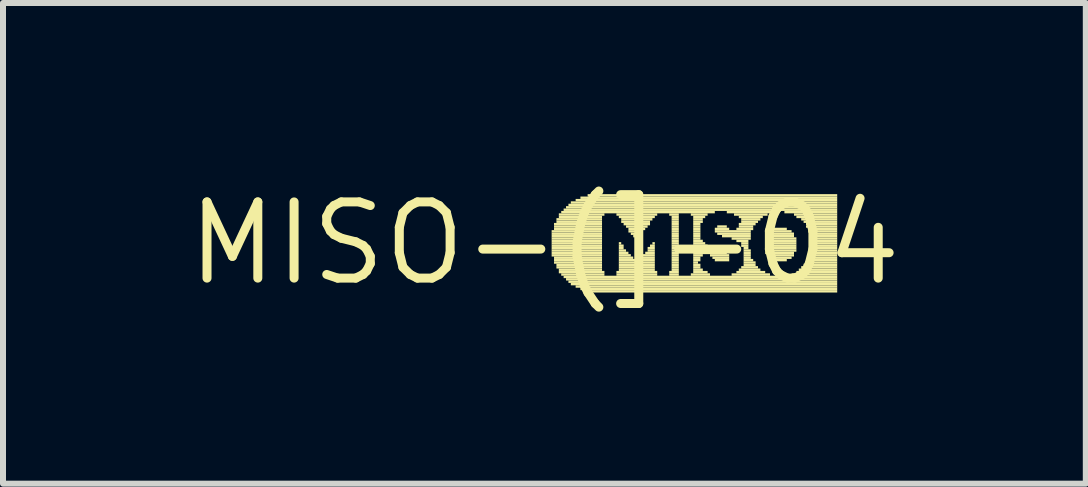
<source format=kicad_pcb>
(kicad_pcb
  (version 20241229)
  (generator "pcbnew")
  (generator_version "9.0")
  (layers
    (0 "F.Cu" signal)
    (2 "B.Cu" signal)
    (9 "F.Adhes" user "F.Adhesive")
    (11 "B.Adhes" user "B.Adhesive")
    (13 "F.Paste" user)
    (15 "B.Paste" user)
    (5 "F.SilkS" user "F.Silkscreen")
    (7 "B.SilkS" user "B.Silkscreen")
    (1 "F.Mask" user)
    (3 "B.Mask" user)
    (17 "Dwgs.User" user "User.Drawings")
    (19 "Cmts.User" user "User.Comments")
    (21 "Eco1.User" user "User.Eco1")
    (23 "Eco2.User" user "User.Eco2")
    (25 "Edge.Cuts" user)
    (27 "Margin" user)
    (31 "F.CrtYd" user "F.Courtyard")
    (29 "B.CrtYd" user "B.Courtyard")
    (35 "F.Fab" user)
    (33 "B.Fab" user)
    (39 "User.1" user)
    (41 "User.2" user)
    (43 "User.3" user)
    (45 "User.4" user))
  (footprint "MISO-(]-04"
    (layer "F.Cu")
    (at 6.025 1.006)
    (property "Reference" "MISO-(]-04" (at 0 0 0) (layer "F.SilkS") (effects (font (size 1.27 1.27) (thickness 0.15))))
    (fp_poly (pts (xy 0.12 -0.18) (xy 0.96 -0.18) (xy 0.96 -0.22) (xy 0.12 -0.22)) (stroke (width 0) (type default)) (fill yes) (layer "F.SilkS"))
    (fp_poly (pts (xy 0.12 -0.14) (xy 0.96 -0.14) (xy 0.96 -0.18) (xy 0.12 -0.18)) (stroke (width 0) (type default)) (fill yes) (layer "F.SilkS"))
    (fp_poly (pts (xy 0.12 -0.1) (xy 0.96 -0.1) (xy 0.96 -0.14) (xy 0.12 -0.14)) (stroke (width 0) (type default)) (fill yes) (layer "F.SilkS"))
    (fp_poly (pts (xy 0.12 -0.06) (xy 0.96 -0.06) (xy 0.96 -0.1) (xy 0.12 -0.1)) (stroke (width 0) (type default)) (fill yes) (layer "F.SilkS"))
    (fp_poly (pts (xy 0.12 -0.02) (xy 0.96 -0.02) (xy 0.96 -0.06) (xy 0.12 -0.06)) (stroke (width 0) (type default)) (fill yes) (layer "F.SilkS"))
    (fp_poly (pts (xy 0.12 0.02) (xy 0.96 0.02) (xy 0.96 -0.02) (xy 0.12 -0.02)) (stroke (width 0) (type default)) (fill yes) (layer "F.SilkS"))
    (fp_poly (pts (xy 0.12 0.06) (xy 0.96 0.06) (xy 0.96 0.02) (xy 0.12 0.02)) (stroke (width 0) (type default)) (fill yes) (layer "F.SilkS"))
    (fp_poly (pts (xy 0.12 0.1) (xy 0.96 0.1) (xy 0.96 0.06) (xy 0.12 0.06)) (stroke (width 0) (type default)) (fill yes) (layer "F.SilkS"))
    (fp_poly (pts (xy 0.12 0.14) (xy 0.96 0.14) (xy 0.96 0.1) (xy 0.12 0.1)) (stroke (width 0) (type default)) (fill yes) (layer "F.SilkS"))
    (fp_poly (pts (xy 0.12 0.18) (xy 0.96 0.18) (xy 0.96 0.14) (xy 0.12 0.14)) (stroke (width 0) (type default)) (fill yes) (layer "F.SilkS"))
    (fp_poly (pts (xy 0.12 0.22) (xy 0.96 0.22) (xy 0.96 0.18) (xy 0.12 0.18)) (stroke (width 0) (type default)) (fill yes) (layer "F.SilkS"))
    (fp_poly (pts (xy 0.16 -0.3) (xy 0.96 -0.3) (xy 0.96 -0.34) (xy 0.16 -0.34)) (stroke (width 0) (type default)) (fill yes) (layer "F.SilkS"))
    (fp_poly (pts (xy 0.16 -0.26) (xy 0.96 -0.26) (xy 0.96 -0.3) (xy 0.16 -0.3)) (stroke (width 0) (type default)) (fill yes) (layer "F.SilkS"))
    (fp_poly (pts (xy 0.16 -0.22) (xy 0.96 -0.22) (xy 0.96 -0.26) (xy 0.16 -0.26)) (stroke (width 0) (type default)) (fill yes) (layer "F.SilkS"))
    (fp_poly (pts (xy 0.16 0.26) (xy 0.96 0.26) (xy 0.96 0.22) (xy 0.16 0.22)) (stroke (width 0) (type default)) (fill yes) (layer "F.SilkS"))
    (fp_poly (pts (xy 0.16 0.3) (xy 0.96 0.3) (xy 0.96 0.26) (xy 0.16 0.26)) (stroke (width 0) (type default)) (fill yes) (layer "F.SilkS"))
    (fp_poly (pts (xy 0.16 0.34) (xy 0.96 0.34) (xy 0.96 0.3) (xy 0.16 0.3)) (stroke (width 0) (type default)) (fill yes) (layer "F.SilkS"))
    (fp_poly (pts (xy 0.2 -0.38) (xy 0.96 -0.38) (xy 0.96 -0.42) (xy 0.2 -0.42)) (stroke (width 0) (type default)) (fill yes) (layer "F.SilkS"))
    (fp_poly (pts (xy 0.2 -0.34) (xy 0.96 -0.34) (xy 0.96 -0.38) (xy 0.2 -0.38)) (stroke (width 0) (type default)) (fill yes) (layer "F.SilkS"))
    (fp_poly (pts (xy 0.2 0.38) (xy 0.96 0.38) (xy 0.96 0.34) (xy 0.2 0.34)) (stroke (width 0) (type default)) (fill yes) (layer "F.SilkS"))
    (fp_poly (pts (xy 0.2 0.42) (xy 0.96 0.42) (xy 0.96 0.38) (xy 0.2 0.38)) (stroke (width 0) (type default)) (fill yes) (layer "F.SilkS"))
    (fp_poly (pts (xy 0.24 -0.46) (xy 1 -0.46) (xy 1 -0.5) (xy 0.24 -0.5)) (stroke (width 0) (type default)) (fill yes) (layer "F.SilkS"))
    (fp_poly (pts (xy 0.24 -0.42) (xy 0.96 -0.42) (xy 0.96 -0.46) (xy 0.24 -0.46)) (stroke (width 0) (type default)) (fill yes) (layer "F.SilkS"))
    (fp_poly (pts (xy 0.24 0.46) (xy 0.96 0.46) (xy 0.96 0.42) (xy 0.24 0.42)) (stroke (width 0) (type default)) (fill yes) (layer "F.SilkS"))
    (fp_poly (pts (xy 0.24 0.5) (xy 1 0.5) (xy 1 0.46) (xy 0.24 0.46)) (stroke (width 0) (type default)) (fill yes) (layer "F.SilkS"))
    (fp_poly (pts (xy 0.28 -0.5) (xy 2.84 -0.5) (xy 2.84 -0.54) (xy 0.28 -0.54)) (stroke (width 0) (type default)) (fill yes) (layer "F.SilkS"))
    (fp_poly (pts (xy 0.28 0.54) (xy 1 0.54) (xy 1 0.5) (xy 0.28 0.5)) (stroke (width 0) (type default)) (fill yes) (layer "F.SilkS"))
    (fp_poly (pts (xy 0.32 -0.54) (xy 4.88 -0.54) (xy 4.88 -0.58) (xy 0.32 -0.58)) (stroke (width 0) (type default)) (fill yes) (layer "F.SilkS"))
    (fp_poly (pts (xy 0.32 0.58) (xy 4.88 0.58) (xy 4.88 0.54) (xy 0.32 0.54)) (stroke (width 0) (type default)) (fill yes) (layer "F.SilkS"))
    (fp_poly (pts (xy 0.36 -0.58) (xy 4.88 -0.58) (xy 4.88 -0.62) (xy 0.36 -0.62)) (stroke (width 0) (type default)) (fill yes) (layer "F.SilkS"))
    (fp_poly (pts (xy 0.36 0.62) (xy 4.88 0.62) (xy 4.88 0.58) (xy 0.36 0.58)) (stroke (width 0) (type default)) (fill yes) (layer "F.SilkS"))
    (fp_poly (pts (xy 0.4 -0.62) (xy 4.88 -0.62) (xy 4.88 -0.66) (xy 0.4 -0.66)) (stroke (width 0) (type default)) (fill yes) (layer "F.SilkS"))
    (fp_poly (pts (xy 0.4 0.66) (xy 4.88 0.66) (xy 4.88 0.62) (xy 0.4 0.62)) (stroke (width 0) (type default)) (fill yes) (layer "F.SilkS"))
    (fp_poly (pts (xy 0.44 -0.66) (xy 4.88 -0.66) (xy 4.88 -0.7) (xy 0.44 -0.7)) (stroke (width 0) (type default)) (fill yes) (layer "F.SilkS"))
    (fp_poly (pts (xy 0.44 0.7) (xy 4.88 0.7) (xy 4.88 0.66) (xy 0.44 0.66)) (stroke (width 0) (type default)) (fill yes) (layer "F.SilkS"))
    (fp_poly (pts (xy 0.52 -0.7) (xy 4.88 -0.7) (xy 4.88 -0.74) (xy 0.52 -0.74)) (stroke (width 0) (type default)) (fill yes) (layer "F.SilkS"))
    (fp_poly (pts (xy 0.52 0.74) (xy 4.88 0.74) (xy 4.88 0.7) (xy 0.52 0.7)) (stroke (width 0) (type default)) (fill yes) (layer "F.SilkS"))
    (fp_poly (pts (xy 0.6 -0.74) (xy 4.88 -0.74) (xy 4.88 -0.78) (xy 0.6 -0.78)) (stroke (width 0) (type default)) (fill yes) (layer "F.SilkS"))
    (fp_poly (pts (xy 0.6 0.78) (xy 4.88 0.78) (xy 4.88 0.74) (xy 0.6 0.74)) (stroke (width 0) (type default)) (fill yes) (layer "F.SilkS"))
    (fp_poly (pts (xy 0.72 -0.78) (xy 4.88 -0.78) (xy 4.88 -0.82) (xy 0.72 -0.82)) (stroke (width 0) (type default)) (fill yes) (layer "F.SilkS"))
    (fp_poly (pts (xy 0.72 0.82) (xy 4.88 0.82) (xy 4.88 0.78) (xy 0.72 0.78)) (stroke (width 0) (type default)) (fill yes) (layer "F.SilkS"))
    (fp_poly (pts (xy 1.2 -0.46) (xy 1.88 -0.46) (xy 1.88 -0.5) (xy 1.2 -0.5)) (stroke (width 0) (type default)) (fill yes) (layer "F.SilkS"))
    (fp_poly (pts (xy 1.2 0.5) (xy 1.88 0.5) (xy 1.88 0.46) (xy 1.2 0.46)) (stroke (width 0) (type default)) (fill yes) (layer "F.SilkS"))
    (fp_poly (pts (xy 1.2 0.54) (xy 1.88 0.54) (xy 1.88 0.5) (xy 1.2 0.5)) (stroke (width 0) (type default)) (fill yes) (layer "F.SilkS"))
    (fp_poly (pts (xy 1.24 -0.42) (xy 1.84 -0.42) (xy 1.84 -0.46) (xy 1.24 -0.46)) (stroke (width 0) (type default)) (fill yes) (layer "F.SilkS"))
    (fp_poly (pts (xy 1.24 0.02) (xy 1.28 0.02) (xy 1.28 -0.02) (xy 1.24 -0.02)) (stroke (width 0) (type default)) (fill yes) (layer "F.SilkS"))
    (fp_poly (pts (xy 1.24 0.06) (xy 1.32 0.06) (xy 1.32 0.02) (xy 1.24 0.02)) (stroke (width 0) (type default)) (fill yes) (layer "F.SilkS"))
    (fp_poly (pts (xy 1.24 0.1) (xy 1.32 0.1) (xy 1.32 0.06) (xy 1.24 0.06)) (stroke (width 0) (type default)) (fill yes) (layer "F.SilkS"))
    (fp_poly (pts (xy 1.24 0.14) (xy 1.36 0.14) (xy 1.36 0.1) (xy 1.24 0.1)) (stroke (width 0) (type default)) (fill yes) (layer "F.SilkS"))
    (fp_poly (pts (xy 1.24 0.18) (xy 1.4 0.18) (xy 1.4 0.14) (xy 1.24 0.14)) (stroke (width 0) (type default)) (fill yes) (layer "F.SilkS"))
    (fp_poly (pts (xy 1.24 0.22) (xy 1.44 0.22) (xy 1.44 0.18) (xy 1.24 0.18)) (stroke (width 0) (type default)) (fill yes) (layer "F.SilkS"))
    (fp_poly (pts (xy 1.24 0.26) (xy 1.48 0.26) (xy 1.48 0.22) (xy 1.24 0.22)) (stroke (width 0) (type default)) (fill yes) (layer "F.SilkS"))
    (fp_poly (pts (xy 1.24 0.3) (xy 1.84 0.3) (xy 1.84 0.26) (xy 1.24 0.26)) (stroke (width 0) (type default)) (fill yes) (layer "F.SilkS"))
    (fp_poly (pts (xy 1.24 0.34) (xy 1.84 0.34) (xy 1.84 0.3) (xy 1.24 0.3)) (stroke (width 0) (type default)) (fill yes) (layer "F.SilkS"))
    (fp_poly (pts (xy 1.24 0.38) (xy 1.84 0.38) (xy 1.84 0.34) (xy 1.24 0.34)) (stroke (width 0) (type default)) (fill yes) (layer "F.SilkS"))
    (fp_poly (pts (xy 1.24 0.42) (xy 1.84 0.42) (xy 1.84 0.38) (xy 1.24 0.38)) (stroke (width 0) (type default)) (fill yes) (layer "F.SilkS"))
    (fp_poly (pts (xy 1.24 0.46) (xy 1.84 0.46) (xy 1.84 0.42) (xy 1.24 0.42)) (stroke (width 0) (type default)) (fill yes) (layer "F.SilkS"))
    (fp_poly (pts (xy 1.28 -0.38) (xy 1.8 -0.38) (xy 1.8 -0.42) (xy 1.28 -0.42)) (stroke (width 0) (type default)) (fill yes) (layer "F.SilkS"))
    (fp_poly (pts (xy 1.28 -0.34) (xy 1.76 -0.34) (xy 1.76 -0.38) (xy 1.28 -0.38)) (stroke (width 0) (type default)) (fill yes) (layer "F.SilkS"))
    (fp_poly (pts (xy 1.32 -0.3) (xy 1.76 -0.3) (xy 1.76 -0.34) (xy 1.32 -0.34)) (stroke (width 0) (type default)) (fill yes) (layer "F.SilkS"))
    (fp_poly (pts (xy 1.36 -0.26) (xy 1.72 -0.26) (xy 1.72 -0.3) (xy 1.36 -0.3)) (stroke (width 0) (type default)) (fill yes) (layer "F.SilkS"))
    (fp_poly (pts (xy 1.4 -0.22) (xy 1.68 -0.22) (xy 1.68 -0.26) (xy 1.4 -0.26)) (stroke (width 0) (type default)) (fill yes) (layer "F.SilkS"))
    (fp_poly (pts (xy 1.4 -0.18) (xy 1.64 -0.18) (xy 1.64 -0.22) (xy 1.4 -0.22)) (stroke (width 0) (type default)) (fill yes) (layer "F.SilkS"))
    (fp_poly (pts (xy 1.44 -0.14) (xy 1.64 -0.14) (xy 1.64 -0.18) (xy 1.44 -0.18)) (stroke (width 0) (type default)) (fill yes) (layer "F.SilkS"))
    (fp_poly (pts (xy 1.48 -0.1) (xy 1.6 -0.1) (xy 1.6 -0.14) (xy 1.48 -0.14)) (stroke (width 0) (type default)) (fill yes) (layer "F.SilkS"))
    (fp_poly (pts (xy 1.52 -0.06) (xy 1.56 -0.06) (xy 1.56 -0.1) (xy 1.52 -0.1)) (stroke (width 0) (type default)) (fill yes) (layer "F.SilkS"))
    (fp_poly (pts (xy 1.6 0.26) (xy 1.84 0.26) (xy 1.84 0.22) (xy 1.6 0.22)) (stroke (width 0) (type default)) (fill yes) (layer "F.SilkS"))
    (fp_poly (pts (xy 1.64 0.22) (xy 1.84 0.22) (xy 1.84 0.18) (xy 1.64 0.18)) (stroke (width 0) (type default)) (fill yes) (layer "F.SilkS"))
    (fp_poly (pts (xy 1.68 0.18) (xy 1.84 0.18) (xy 1.84 0.14) (xy 1.68 0.14)) (stroke (width 0) (type default)) (fill yes) (layer "F.SilkS"))
    (fp_poly (pts (xy 1.72 0.1) (xy 1.84 0.1) (xy 1.84 0.06) (xy 1.72 0.06)) (stroke (width 0) (type default)) (fill yes) (layer "F.SilkS"))
    (fp_poly (pts (xy 1.72 0.14) (xy 1.84 0.14) (xy 1.84 0.1) (xy 1.72 0.1)) (stroke (width 0) (type default)) (fill yes) (layer "F.SilkS"))
    (fp_poly (pts (xy 1.76 0.06) (xy 1.84 0.06) (xy 1.84 0.02) (xy 1.76 0.02)) (stroke (width 0) (type default)) (fill yes) (layer "F.SilkS"))
    (fp_poly (pts (xy 1.8 0.02) (xy 1.84 0.02) (xy 1.84 -0.02) (xy 1.8 -0.02)) (stroke (width 0) (type default)) (fill yes) (layer "F.SilkS"))
    (fp_poly (pts (xy 2.08 -0.46) (xy 2.24 -0.46) (xy 2.24 -0.5) (xy 2.08 -0.5)) (stroke (width 0) (type default)) (fill yes) (layer "F.SilkS"))
    (fp_poly (pts (xy 2.08 0.5) (xy 2.24 0.5) (xy 2.24 0.46) (xy 2.08 0.46)) (stroke (width 0) (type default)) (fill yes) (layer "F.SilkS"))
    (fp_poly (pts (xy 2.08 0.54) (xy 2.24 0.54) (xy 2.24 0.5) (xy 2.08 0.5)) (stroke (width 0) (type default)) (fill yes) (layer "F.SilkS"))
    (fp_poly (pts (xy 2.12 -0.42) (xy 2.24 -0.42) (xy 2.24 -0.46) (xy 2.12 -0.46)) (stroke (width 0) (type default)) (fill yes) (layer "F.SilkS"))
    (fp_poly (pts (xy 2.12 -0.38) (xy 2.24 -0.38) (xy 2.24 -0.42) (xy 2.12 -0.42)) (stroke (width 0) (type default)) (fill yes) (layer "F.SilkS"))
    (fp_poly (pts (xy 2.12 -0.34) (xy 2.24 -0.34) (xy 2.24 -0.38) (xy 2.12 -0.38)) (stroke (width 0) (type default)) (fill yes) (layer "F.SilkS"))
    (fp_poly (pts (xy 2.12 -0.3) (xy 2.24 -0.3) (xy 2.24 -0.34) (xy 2.12 -0.34)) (stroke (width 0) (type default)) (fill yes) (layer "F.SilkS"))
    (fp_poly (pts (xy 2.12 -0.26) (xy 2.24 -0.26) (xy 2.24 -0.3) (xy 2.12 -0.3)) (stroke (width 0) (type default)) (fill yes) (layer "F.SilkS"))
    (fp_poly (pts (xy 2.12 -0.22) (xy 2.24 -0.22) (xy 2.24 -0.26) (xy 2.12 -0.26)) (stroke (width 0) (type default)) (fill yes) (layer "F.SilkS"))
    (fp_poly (pts (xy 2.12 -0.18) (xy 2.24 -0.18) (xy 2.24 -0.22) (xy 2.12 -0.22)) (stroke (width 0) (type default)) (fill yes) (layer "F.SilkS"))
    (fp_poly (pts (xy 2.12 -0.14) (xy 2.24 -0.14) (xy 2.24 -0.18) (xy 2.12 -0.18)) (stroke (width 0) (type default)) (fill yes) (layer "F.SilkS"))
    (fp_poly (pts (xy 2.12 -0.1) (xy 2.24 -0.1) (xy 2.24 -0.14) (xy 2.12 -0.14)) (stroke (width 0) (type default)) (fill yes) (layer "F.SilkS"))
    (fp_poly (pts (xy 2.12 -0.06) (xy 2.24 -0.06) (xy 2.24 -0.1) (xy 2.12 -0.1)) (stroke (width 0) (type default)) (fill yes) (layer "F.SilkS"))
    (fp_poly (pts (xy 2.12 -0.02) (xy 2.24 -0.02) (xy 2.24 -0.06) (xy 2.12 -0.06)) (stroke (width 0) (type default)) (fill yes) (layer "F.SilkS"))
    (fp_poly (pts (xy 2.12 0.02) (xy 2.24 0.02) (xy 2.24 -0.02) (xy 2.12 -0.02)) (stroke (width 0) (type default)) (fill yes) (layer "F.SilkS"))
    (fp_poly (pts (xy 2.12 0.06) (xy 2.24 0.06) (xy 2.24 0.02) (xy 2.12 0.02)) (stroke (width 0) (type default)) (fill yes) (layer "F.SilkS"))
    (fp_poly (pts (xy 2.12 0.1) (xy 2.24 0.1) (xy 2.24 0.06) (xy 2.12 0.06)) (stroke (width 0) (type default)) (fill yes) (layer "F.SilkS"))
    (fp_poly (pts (xy 2.12 0.14) (xy 2.24 0.14) (xy 2.24 0.1) (xy 2.12 0.1)) (stroke (width 0) (type default)) (fill yes) (layer "F.SilkS"))
    (fp_poly (pts (xy 2.12 0.18) (xy 2.24 0.18) (xy 2.24 0.14) (xy 2.12 0.14)) (stroke (width 0) (type default)) (fill yes) (layer "F.SilkS"))
    (fp_poly (pts (xy 2.12 0.22) (xy 2.24 0.22) (xy 2.24 0.18) (xy 2.12 0.18)) (stroke (width 0) (type default)) (fill yes) (layer "F.SilkS"))
    (fp_poly (pts (xy 2.12 0.26) (xy 2.24 0.26) (xy 2.24 0.22) (xy 2.12 0.22)) (stroke (width 0) (type default)) (fill yes) (layer "F.SilkS"))
    (fp_poly (pts (xy 2.12 0.3) (xy 2.24 0.3) (xy 2.24 0.26) (xy 2.12 0.26)) (stroke (width 0) (type default)) (fill yes) (layer "F.SilkS"))
    (fp_poly (pts (xy 2.12 0.34) (xy 2.24 0.34) (xy 2.24 0.3) (xy 2.12 0.3)) (stroke (width 0) (type default)) (fill yes) (layer "F.SilkS"))
    (fp_poly (pts (xy 2.12 0.38) (xy 2.24 0.38) (xy 2.24 0.34) (xy 2.12 0.34)) (stroke (width 0) (type default)) (fill yes) (layer "F.SilkS"))
    (fp_poly (pts (xy 2.12 0.42) (xy 2.24 0.42) (xy 2.24 0.38) (xy 2.12 0.38)) (stroke (width 0) (type default)) (fill yes) (layer "F.SilkS"))
    (fp_poly (pts (xy 2.12 0.46) (xy 2.24 0.46) (xy 2.24 0.42) (xy 2.12 0.42)) (stroke (width 0) (type default)) (fill yes) (layer "F.SilkS"))
    (fp_poly (pts (xy 2.44 -0.46) (xy 2.72 -0.46) (xy 2.72 -0.5) (xy 2.44 -0.5)) (stroke (width 0) (type default)) (fill yes) (layer "F.SilkS"))
    (fp_poly (pts (xy 2.44 0.54) (xy 2.76 0.54) (xy 2.76 0.5) (xy 2.44 0.5)) (stroke (width 0) (type default)) (fill yes) (layer "F.SilkS"))
    (fp_poly (pts (xy 2.48 -0.42) (xy 2.68 -0.42) (xy 2.68 -0.46) (xy 2.48 -0.46)) (stroke (width 0) (type default)) (fill yes) (layer "F.SilkS"))
    (fp_poly (pts (xy 2.48 -0.38) (xy 2.64 -0.38) (xy 2.64 -0.42) (xy 2.48 -0.42)) (stroke (width 0) (type default)) (fill yes) (layer "F.SilkS"))
    (fp_poly (pts (xy 2.48 -0.34) (xy 2.64 -0.34) (xy 2.64 -0.38) (xy 2.48 -0.38)) (stroke (width 0) (type default)) (fill yes) (layer "F.SilkS"))
    (fp_poly (pts (xy 2.48 -0.3) (xy 2.6 -0.3) (xy 2.6 -0.34) (xy 2.48 -0.34)) (stroke (width 0) (type default)) (fill yes) (layer "F.SilkS"))
    (fp_poly (pts (xy 2.48 -0.26) (xy 2.6 -0.26) (xy 2.6 -0.3) (xy 2.48 -0.3)) (stroke (width 0) (type default)) (fill yes) (layer "F.SilkS"))
    (fp_poly (pts (xy 2.48 -0.22) (xy 2.6 -0.22) (xy 2.6 -0.26) (xy 2.48 -0.26)) (stroke (width 0) (type default)) (fill yes) (layer "F.SilkS"))
    (fp_poly (pts (xy 2.48 -0.18) (xy 2.6 -0.18) (xy 2.6 -0.22) (xy 2.48 -0.22)) (stroke (width 0) (type default)) (fill yes) (layer "F.SilkS"))
    (fp_poly (pts (xy 2.48 -0.14) (xy 2.6 -0.14) (xy 2.6 -0.18) (xy 2.48 -0.18)) (stroke (width 0) (type default)) (fill yes) (layer "F.SilkS"))
    (fp_poly (pts (xy 2.48 -0.1) (xy 2.6 -0.1) (xy 2.6 -0.14) (xy 2.48 -0.14)) (stroke (width 0) (type default)) (fill yes) (layer "F.SilkS"))
    (fp_poly (pts (xy 2.48 -0.06) (xy 2.6 -0.06) (xy 2.6 -0.1) (xy 2.48 -0.1)) (stroke (width 0) (type default)) (fill yes) (layer "F.SilkS"))
    (fp_poly (pts (xy 2.48 -0.02) (xy 2.64 -0.02) (xy 2.64 -0.06) (xy 2.48 -0.06)) (stroke (width 0) (type default)) (fill yes) (layer "F.SilkS"))
    (fp_poly (pts (xy 2.48 0.02) (xy 2.68 0.02) (xy 2.68 -0.02) (xy 2.48 -0.02)) (stroke (width 0) (type default)) (fill yes) (layer "F.SilkS"))
    (fp_poly (pts (xy 2.48 0.06) (xy 2.72 0.06) (xy 2.72 0.02) (xy 2.48 0.02)) (stroke (width 0) (type default)) (fill yes) (layer "F.SilkS"))
    (fp_poly (pts (xy 2.48 0.1) (xy 2.8 0.1) (xy 2.8 0.06) (xy 2.48 0.06)) (stroke (width 0) (type default)) (fill yes) (layer "F.SilkS"))
    (fp_poly (pts (xy 2.48 0.14) (xy 2.96 0.14) (xy 2.96 0.1) (xy 2.48 0.1)) (stroke (width 0) (type default)) (fill yes) (layer "F.SilkS"))
    (fp_poly (pts (xy 2.48 0.18) (xy 3.04 0.18) (xy 3.04 0.14) (xy 2.48 0.14)) (stroke (width 0) (type default)) (fill yes) (layer "F.SilkS"))
    (fp_poly (pts (xy 2.48 0.22) (xy 2.64 0.22) (xy 2.64 0.18) (xy 2.48 0.18)) (stroke (width 0) (type default)) (fill yes) (layer "F.SilkS"))
    (fp_poly (pts (xy 2.48 0.26) (xy 2.6 0.26) (xy 2.6 0.22) (xy 2.48 0.22)) (stroke (width 0) (type default)) (fill yes) (layer "F.SilkS"))
    (fp_poly (pts (xy 2.48 0.3) (xy 2.6 0.3) (xy 2.6 0.26) (xy 2.48 0.26)) (stroke (width 0) (type default)) (fill yes) (layer "F.SilkS"))
    (fp_poly (pts (xy 2.48 0.34) (xy 2.56 0.34) (xy 2.56 0.3) (xy 2.48 0.3)) (stroke (width 0) (type default)) (fill yes) (layer "F.SilkS"))
    (fp_poly (pts (xy 2.48 0.38) (xy 2.6 0.38) (xy 2.6 0.34) (xy 2.48 0.34)) (stroke (width 0) (type default)) (fill yes) (layer "F.SilkS"))
    (fp_poly (pts (xy 2.48 0.42) (xy 2.6 0.42) (xy 2.6 0.38) (xy 2.48 0.38)) (stroke (width 0) (type default)) (fill yes) (layer "F.SilkS"))
    (fp_poly (pts (xy 2.48 0.46) (xy 2.64 0.46) (xy 2.64 0.42) (xy 2.48 0.42)) (stroke (width 0) (type default)) (fill yes) (layer "F.SilkS"))
    (fp_poly (pts (xy 2.48 0.5) (xy 2.72 0.5) (xy 2.72 0.46) (xy 2.48 0.46)) (stroke (width 0) (type default)) (fill yes) (layer "F.SilkS"))
    (fp_poly (pts (xy 2.76 0.22) (xy 3.08 0.22) (xy 3.08 0.18) (xy 2.76 0.18)) (stroke (width 0) (type default)) (fill yes) (layer "F.SilkS"))
    (fp_poly (pts (xy 2.8 0.26) (xy 3.08 0.26) (xy 3.08 0.22) (xy 2.8 0.22)) (stroke (width 0) (type default)) (fill yes) (layer "F.SilkS"))
    (fp_poly (pts (xy 2.84 -0.22) (xy 3.08 -0.22) (xy 3.08 -0.26) (xy 2.84 -0.26)) (stroke (width 0) (type default)) (fill yes) (layer "F.SilkS"))
    (fp_poly (pts (xy 2.84 -0.18) (xy 3.44 -0.18) (xy 3.44 -0.22) (xy 2.84 -0.22)) (stroke (width 0) (type default)) (fill yes) (layer "F.SilkS"))
    (fp_poly (pts (xy 2.84 0.3) (xy 3.08 0.3) (xy 3.08 0.26) (xy 2.84 0.26)) (stroke (width 0) (type default)) (fill yes) (layer "F.SilkS"))
    (fp_poly (pts (xy 2.88 -0.26) (xy 3.04 -0.26) (xy 3.04 -0.3) (xy 2.88 -0.3)) (stroke (width 0) (type default)) (fill yes) (layer "F.SilkS"))
    (fp_poly (pts (xy 2.88 -0.14) (xy 3.44 -0.14) (xy 3.44 -0.18) (xy 2.88 -0.18)) (stroke (width 0) (type default)) (fill yes) (layer "F.SilkS"))
    (fp_poly (pts (xy 2.96 -0.1) (xy 3.44 -0.1) (xy 3.44 -0.14) (xy 2.96 -0.14)) (stroke (width 0) (type default)) (fill yes) (layer "F.SilkS"))
    (fp_poly (pts (xy 3.04 -0.5) (xy 3.84 -0.5) (xy 3.84 -0.54) (xy 3.04 -0.54)) (stroke (width 0) (type default)) (fill yes) (layer "F.SilkS"))
    (fp_poly (pts (xy 3.12 -0.06) (xy 3.44 -0.06) (xy 3.44 -0.1) (xy 3.12 -0.1)) (stroke (width 0) (type default)) (fill yes) (layer "F.SilkS"))
    (fp_poly (pts (xy 3.12 0.54) (xy 3.76 0.54) (xy 3.76 0.5) (xy 3.12 0.5)) (stroke (width 0) (type default)) (fill yes) (layer "F.SilkS"))
    (fp_poly (pts (xy 3.16 -0.46) (xy 3.72 -0.46) (xy 3.72 -0.5) (xy 3.16 -0.5)) (stroke (width 0) (type default)) (fill yes) (layer "F.SilkS"))
    (fp_poly (pts (xy 3.2 -0.22) (xy 3.48 -0.22) (xy 3.48 -0.26) (xy 3.2 -0.26)) (stroke (width 0) (type default)) (fill yes) (layer "F.SilkS"))
    (fp_poly (pts (xy 3.2 -0.02) (xy 3.4 -0.02) (xy 3.4 -0.06) (xy 3.2 -0.06)) (stroke (width 0) (type default)) (fill yes) (layer "F.SilkS"))
    (fp_poly (pts (xy 3.2 0.5) (xy 3.68 0.5) (xy 3.68 0.46) (xy 3.2 0.46)) (stroke (width 0) (type default)) (fill yes) (layer "F.SilkS"))
    (fp_poly (pts (xy 3.24 -0.42) (xy 3.64 -0.42) (xy 3.64 -0.46) (xy 3.24 -0.46)) (stroke (width 0) (type default)) (fill yes) (layer "F.SilkS"))
    (fp_poly (pts (xy 3.24 -0.3) (xy 3.52 -0.3) (xy 3.52 -0.34) (xy 3.24 -0.34)) (stroke (width 0) (type default)) (fill yes) (layer "F.SilkS"))
    (fp_poly (pts (xy 3.24 -0.26) (xy 3.48 -0.26) (xy 3.48 -0.3) (xy 3.24 -0.3)) (stroke (width 0) (type default)) (fill yes) (layer "F.SilkS"))
    (fp_poly (pts (xy 3.24 0.46) (xy 3.6 0.46) (xy 3.6 0.42) (xy 3.24 0.42)) (stroke (width 0) (type default)) (fill yes) (layer "F.SilkS"))
    (fp_poly (pts (xy 3.28 -0.38) (xy 3.6 -0.38) (xy 3.6 -0.42) (xy 3.28 -0.42)) (stroke (width 0) (type default)) (fill yes) (layer "F.SilkS"))
    (fp_poly (pts (xy 3.28 -0.34) (xy 3.56 -0.34) (xy 3.56 -0.38) (xy 3.28 -0.38)) (stroke (width 0) (type default)) (fill yes) (layer "F.SilkS"))
    (fp_poly (pts (xy 3.28 0.02) (xy 3.4 0.02) (xy 3.4 -0.02) (xy 3.28 -0.02)) (stroke (width 0) (type default)) (fill yes) (layer "F.SilkS"))
    (fp_poly (pts (xy 3.28 0.06) (xy 3.4 0.06) (xy 3.4 0.02) (xy 3.28 0.02)) (stroke (width 0) (type default)) (fill yes) (layer "F.SilkS"))
    (fp_poly (pts (xy 3.28 0.42) (xy 3.56 0.42) (xy 3.56 0.38) (xy 3.28 0.38)) (stroke (width 0) (type default)) (fill yes) (layer "F.SilkS"))
    (fp_poly (pts (xy 3.32 0.1) (xy 3.4 0.1) (xy 3.4 0.06) (xy 3.32 0.06)) (stroke (width 0) (type default)) (fill yes) (layer "F.SilkS"))
    (fp_poly (pts (xy 3.32 0.14) (xy 3.44 0.14) (xy 3.44 0.1) (xy 3.32 0.1)) (stroke (width 0) (type default)) (fill yes) (layer "F.SilkS"))
    (fp_poly (pts (xy 3.32 0.18) (xy 3.44 0.18) (xy 3.44 0.14) (xy 3.32 0.14)) (stroke (width 0) (type default)) (fill yes) (layer "F.SilkS"))
    (fp_poly (pts (xy 3.32 0.22) (xy 3.44 0.22) (xy 3.44 0.18) (xy 3.32 0.18)) (stroke (width 0) (type default)) (fill yes) (layer "F.SilkS"))
    (fp_poly (pts (xy 3.32 0.26) (xy 3.44 0.26) (xy 3.44 0.22) (xy 3.32 0.22)) (stroke (width 0) (type default)) (fill yes) (layer "F.SilkS"))
    (fp_poly (pts (xy 3.32 0.3) (xy 3.48 0.3) (xy 3.48 0.26) (xy 3.32 0.26)) (stroke (width 0) (type default)) (fill yes) (layer "F.SilkS"))
    (fp_poly (pts (xy 3.32 0.34) (xy 3.52 0.34) (xy 3.52 0.3) (xy 3.32 0.3)) (stroke (width 0) (type default)) (fill yes) (layer "F.SilkS"))
    (fp_poly (pts (xy 3.32 0.38) (xy 3.52 0.38) (xy 3.52 0.34) (xy 3.32 0.34)) (stroke (width 0) (type default)) (fill yes) (layer "F.SilkS"))
    (fp_poly (pts (xy 3.68 -0.1) (xy 4.16 -0.1) (xy 4.16 -0.14) (xy 3.68 -0.14)) (stroke (width 0) (type default)) (fill yes) (layer "F.SilkS"))
    (fp_poly (pts (xy 3.68 -0.06) (xy 4.2 -0.06) (xy 4.2 -0.1) (xy 3.68 -0.1)) (stroke (width 0) (type default)) (fill yes) (layer "F.SilkS"))
    (fp_poly (pts (xy 3.68 -0.02) (xy 4.2 -0.02) (xy 4.2 -0.06) (xy 3.68 -0.06)) (stroke (width 0) (type default)) (fill yes) (layer "F.SilkS"))
    (fp_poly (pts (xy 3.68 0.02) (xy 4.2 0.02) (xy 4.2 -0.02) (xy 3.68 -0.02)) (stroke (width 0) (type default)) (fill yes) (layer "F.SilkS"))
    (fp_poly (pts (xy 3.68 0.06) (xy 4.2 0.06) (xy 4.2 0.02) (xy 3.68 0.02)) (stroke (width 0) (type default)) (fill yes) (layer "F.SilkS"))
    (fp_poly (pts (xy 3.68 0.1) (xy 4.2 0.1) (xy 4.2 0.06) (xy 3.68 0.06)) (stroke (width 0) (type default)) (fill yes) (layer "F.SilkS"))
    (fp_poly (pts (xy 3.68 0.14) (xy 4.2 0.14) (xy 4.2 0.1) (xy 3.68 0.1)) (stroke (width 0) (type default)) (fill yes) (layer "F.SilkS"))
    (fp_poly (pts (xy 3.68 0.18) (xy 4.16 0.18) (xy 4.16 0.14) (xy 3.68 0.14)) (stroke (width 0) (type default)) (fill yes) (layer "F.SilkS"))
    (fp_poly (pts (xy 3.72 -0.14) (xy 4.16 -0.14) (xy 4.16 -0.18) (xy 3.72 -0.18)) (stroke (width 0) (type default)) (fill yes) (layer "F.SilkS"))
    (fp_poly (pts (xy 3.72 0.22) (xy 4.16 0.22) (xy 4.16 0.18) (xy 3.72 0.18)) (stroke (width 0) (type default)) (fill yes) (layer "F.SilkS"))
    (fp_poly (pts (xy 3.76 -0.18) (xy 4.12 -0.18) (xy 4.12 -0.22) (xy 3.76 -0.22)) (stroke (width 0) (type default)) (fill yes) (layer "F.SilkS"))
    (fp_poly (pts (xy 3.76 0.26) (xy 4.12 0.26) (xy 4.12 0.22) (xy 3.76 0.22)) (stroke (width 0) (type default)) (fill yes) (layer "F.SilkS"))
    (fp_poly (pts (xy 3.8 -0.22) (xy 4.04 -0.22) (xy 4.04 -0.26) (xy 3.8 -0.26)) (stroke (width 0) (type default)) (fill yes) (layer "F.SilkS"))
    (fp_poly (pts (xy 3.84 0.3) (xy 4.04 0.3) (xy 4.04 0.26) (xy 3.84 0.26)) (stroke (width 0) (type default)) (fill yes) (layer "F.SilkS"))
    (fp_poly (pts (xy 4 -0.5) (xy 4.88 -0.5) (xy 4.88 -0.54) (xy 4 -0.54)) (stroke (width 0) (type default)) (fill yes) (layer "F.SilkS"))
    (fp_poly (pts (xy 4.12 0.54) (xy 4.88 0.54) (xy 4.88 0.5) (xy 4.12 0.5)) (stroke (width 0) (type default)) (fill yes) (layer "F.SilkS"))
    (fp_poly (pts (xy 4.16 -0.46) (xy 4.88 -0.46) (xy 4.88 -0.5) (xy 4.16 -0.5)) (stroke (width 0) (type default)) (fill yes) (layer "F.SilkS"))
    (fp_poly (pts (xy 4.2 -0.42) (xy 4.88 -0.42) (xy 4.88 -0.46) (xy 4.2 -0.46)) (stroke (width 0) (type default)) (fill yes) (layer "F.SilkS"))
    (fp_poly (pts (xy 4.2 0.5) (xy 4.88 0.5) (xy 4.88 0.46) (xy 4.2 0.46)) (stroke (width 0) (type default)) (fill yes) (layer "F.SilkS"))
    (fp_poly (pts (xy 4.24 0.46) (xy 4.88 0.46) (xy 4.88 0.42) (xy 4.24 0.42)) (stroke (width 0) (type default)) (fill yes) (layer "F.SilkS"))
    (fp_poly (pts (xy 4.28 -0.38) (xy 4.88 -0.38) (xy 4.88 -0.42) (xy 4.28 -0.42)) (stroke (width 0) (type default)) (fill yes) (layer "F.SilkS"))
    (fp_poly (pts (xy 4.28 0.42) (xy 4.88 0.42) (xy 4.88 0.38) (xy 4.28 0.38)) (stroke (width 0) (type default)) (fill yes) (layer "F.SilkS"))
    (fp_poly (pts (xy 4.32 -0.34) (xy 4.88 -0.34) (xy 4.88 -0.38) (xy 4.32 -0.38)) (stroke (width 0) (type default)) (fill yes) (layer "F.SilkS"))
    (fp_poly (pts (xy 4.32 0.38) (xy 4.88 0.38) (xy 4.88 0.34) (xy 4.32 0.34)) (stroke (width 0) (type default)) (fill yes) (layer "F.SilkS"))
    (fp_poly (pts (xy 4.36 -0.3) (xy 4.88 -0.3) (xy 4.88 -0.34) (xy 4.36 -0.34)) (stroke (width 0) (type default)) (fill yes) (layer "F.SilkS"))
    (fp_poly (pts (xy 4.36 -0.26) (xy 4.88 -0.26) (xy 4.88 -0.3) (xy 4.36 -0.3)) (stroke (width 0) (type default)) (fill yes) (layer "F.SilkS"))
    (fp_poly (pts (xy 4.36 0.34) (xy 4.88 0.34) (xy 4.88 0.3) (xy 4.36 0.3)) (stroke (width 0) (type default)) (fill yes) (layer "F.SilkS"))
    (fp_poly (pts (xy 4.4 -0.22) (xy 4.88 -0.22) (xy 4.88 -0.26) (xy 4.4 -0.26)) (stroke (width 0) (type default)) (fill yes) (layer "F.SilkS"))
    (fp_poly (pts (xy 4.4 -0.18) (xy 4.88 -0.18) (xy 4.88 -0.22) (xy 4.4 -0.22)) (stroke (width 0) (type default)) (fill yes) (layer "F.SilkS"))
    (fp_poly (pts (xy 4.4 0.22) (xy 4.88 0.22) (xy 4.88 0.18) (xy 4.4 0.18)) (stroke (width 0) (type default)) (fill yes) (layer "F.SilkS"))
    (fp_poly (pts (xy 4.4 0.26) (xy 4.88 0.26) (xy 4.88 0.22) (xy 4.4 0.22)) (stroke (width 0) (type default)) (fill yes) (layer "F.SilkS"))
    (fp_poly (pts (xy 4.4 0.3) (xy 4.88 0.3) (xy 4.88 0.26) (xy 4.4 0.26)) (stroke (width 0) (type default)) (fill yes) (layer "F.SilkS"))
    (fp_poly (pts (xy 4.44 -0.14) (xy 4.88 -0.14) (xy 4.88 -0.18) (xy 4.44 -0.18)) (stroke (width 0) (type default)) (fill yes) (layer "F.SilkS"))
    (fp_poly (pts (xy 4.44 -0.1) (xy 4.88 -0.1) (xy 4.88 -0.14) (xy 4.44 -0.14)) (stroke (width 0) (type default)) (fill yes) (layer "F.SilkS"))
    (fp_poly (pts (xy 4.44 -0.06) (xy 4.88 -0.06) (xy 4.88 -0.1) (xy 4.44 -0.1)) (stroke (width 0) (type default)) (fill yes) (layer "F.SilkS"))
    (fp_poly (pts (xy 4.44 -0.02) (xy 4.88 -0.02) (xy 4.88 -0.06) (xy 4.44 -0.06)) (stroke (width 0) (type default)) (fill yes) (layer "F.SilkS"))
    (fp_poly (pts (xy 4.44 0.02) (xy 4.88 0.02) (xy 4.88 -0.02) (xy 4.44 -0.02)) (stroke (width 0) (type default)) (fill yes) (layer "F.SilkS"))
    (fp_poly (pts (xy 4.44 0.06) (xy 4.88 0.06) (xy 4.88 0.02) (xy 4.44 0.02)) (stroke (width 0) (type default)) (fill yes) (layer "F.SilkS"))
    (fp_poly (pts (xy 4.44 0.1) (xy 4.88 0.1) (xy 4.88 0.06) (xy 4.44 0.06)) (stroke (width 0) (type default)) (fill yes) (layer "F.SilkS"))
    (fp_poly (pts (xy 4.44 0.14) (xy 4.88 0.14) (xy 4.88 0.1) (xy 4.44 0.1)) (stroke (width 0) (type default)) (fill yes) (layer "F.SilkS"))
    (fp_poly (pts (xy 4.44 0.18) (xy 4.88 0.18) (xy 4.88 0.14) (xy 4.44 0.14)) (stroke (width 0) (type default)) (fill yes) (layer "F.SilkS")))
  (gr_rect
    (start -3 -3)
    (end 15.049 5.012)
    (stroke (width 0.1) (type default))
    (fill no)
    (layer "Edge.Cuts")))
</source>
